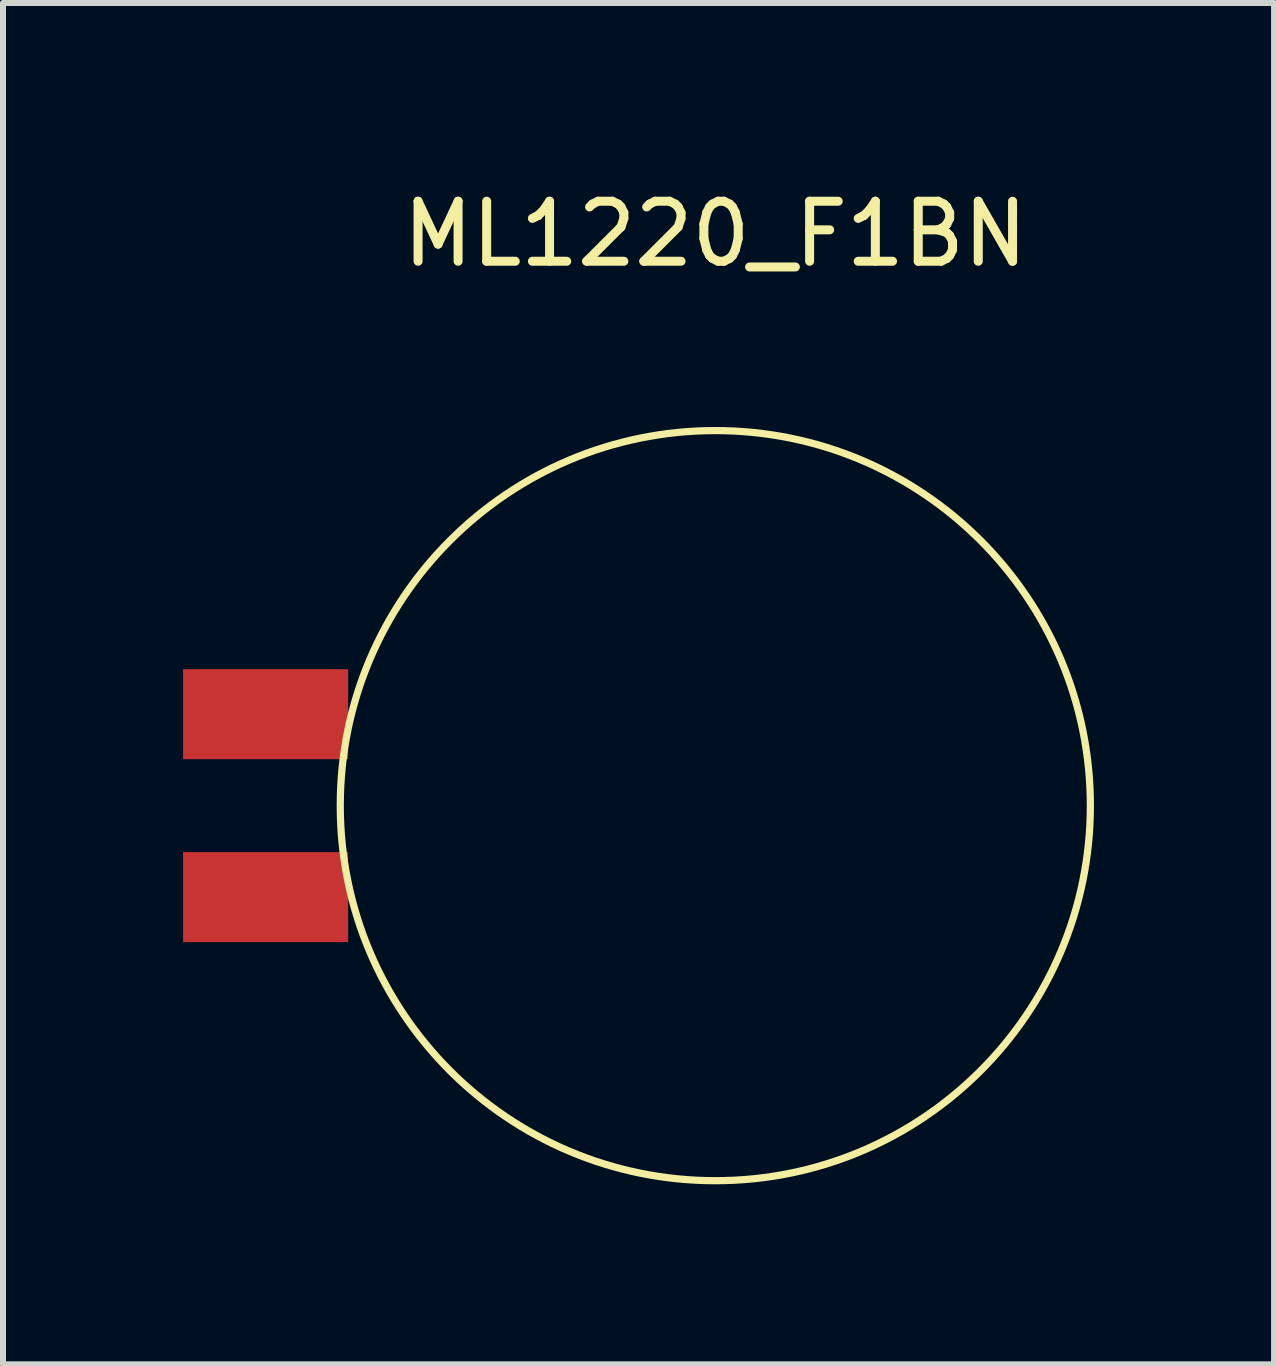
<source format=kicad_pcb>
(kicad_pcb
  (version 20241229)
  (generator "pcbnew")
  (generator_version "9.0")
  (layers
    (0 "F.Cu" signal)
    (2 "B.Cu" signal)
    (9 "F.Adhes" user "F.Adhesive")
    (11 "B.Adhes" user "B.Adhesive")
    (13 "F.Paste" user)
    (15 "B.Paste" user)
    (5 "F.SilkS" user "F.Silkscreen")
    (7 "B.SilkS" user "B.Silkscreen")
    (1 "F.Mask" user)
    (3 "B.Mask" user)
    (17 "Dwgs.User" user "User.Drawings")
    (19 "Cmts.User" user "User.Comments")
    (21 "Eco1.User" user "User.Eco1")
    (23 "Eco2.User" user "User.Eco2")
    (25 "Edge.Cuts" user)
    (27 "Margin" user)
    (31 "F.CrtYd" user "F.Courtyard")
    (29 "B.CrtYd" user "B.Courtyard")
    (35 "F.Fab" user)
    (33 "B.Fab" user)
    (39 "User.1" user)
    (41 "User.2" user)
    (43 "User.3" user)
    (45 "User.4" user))
  (footprint "ML1220_F1BN"
    (layer "F.Cu")
    (at 8.868 10.373)
    (property "Reference" "ML1220_F1BN" (at 0 -9.525 0) (layer "F.SilkS") (effects (font (size 1 1) (thickness 0.15))))
    (attr through_hole)
    (fp_circle (center 0 0) (end 4.953 3.81) (stroke (width 0.12) (type solid)) (fill no) (layer "F.SilkS"))
    (pad "1" smd rect (at -7.493 -1.524 90) (size 1.5 2.75) (layers "F.Cu" "F.Mask" "F.Paste"))
    (pad "2" smd rect (at -7.493 1.524 90) (size 1.5 2.75) (layers "F.Cu" "F.Mask" "F.Paste")))
  (gr_rect
    (start -3 -3)
    (end 18.177 19.682)
    (stroke (width 0.1) (type default))
    (fill no)
    (layer "Edge.Cuts")))
</source>
